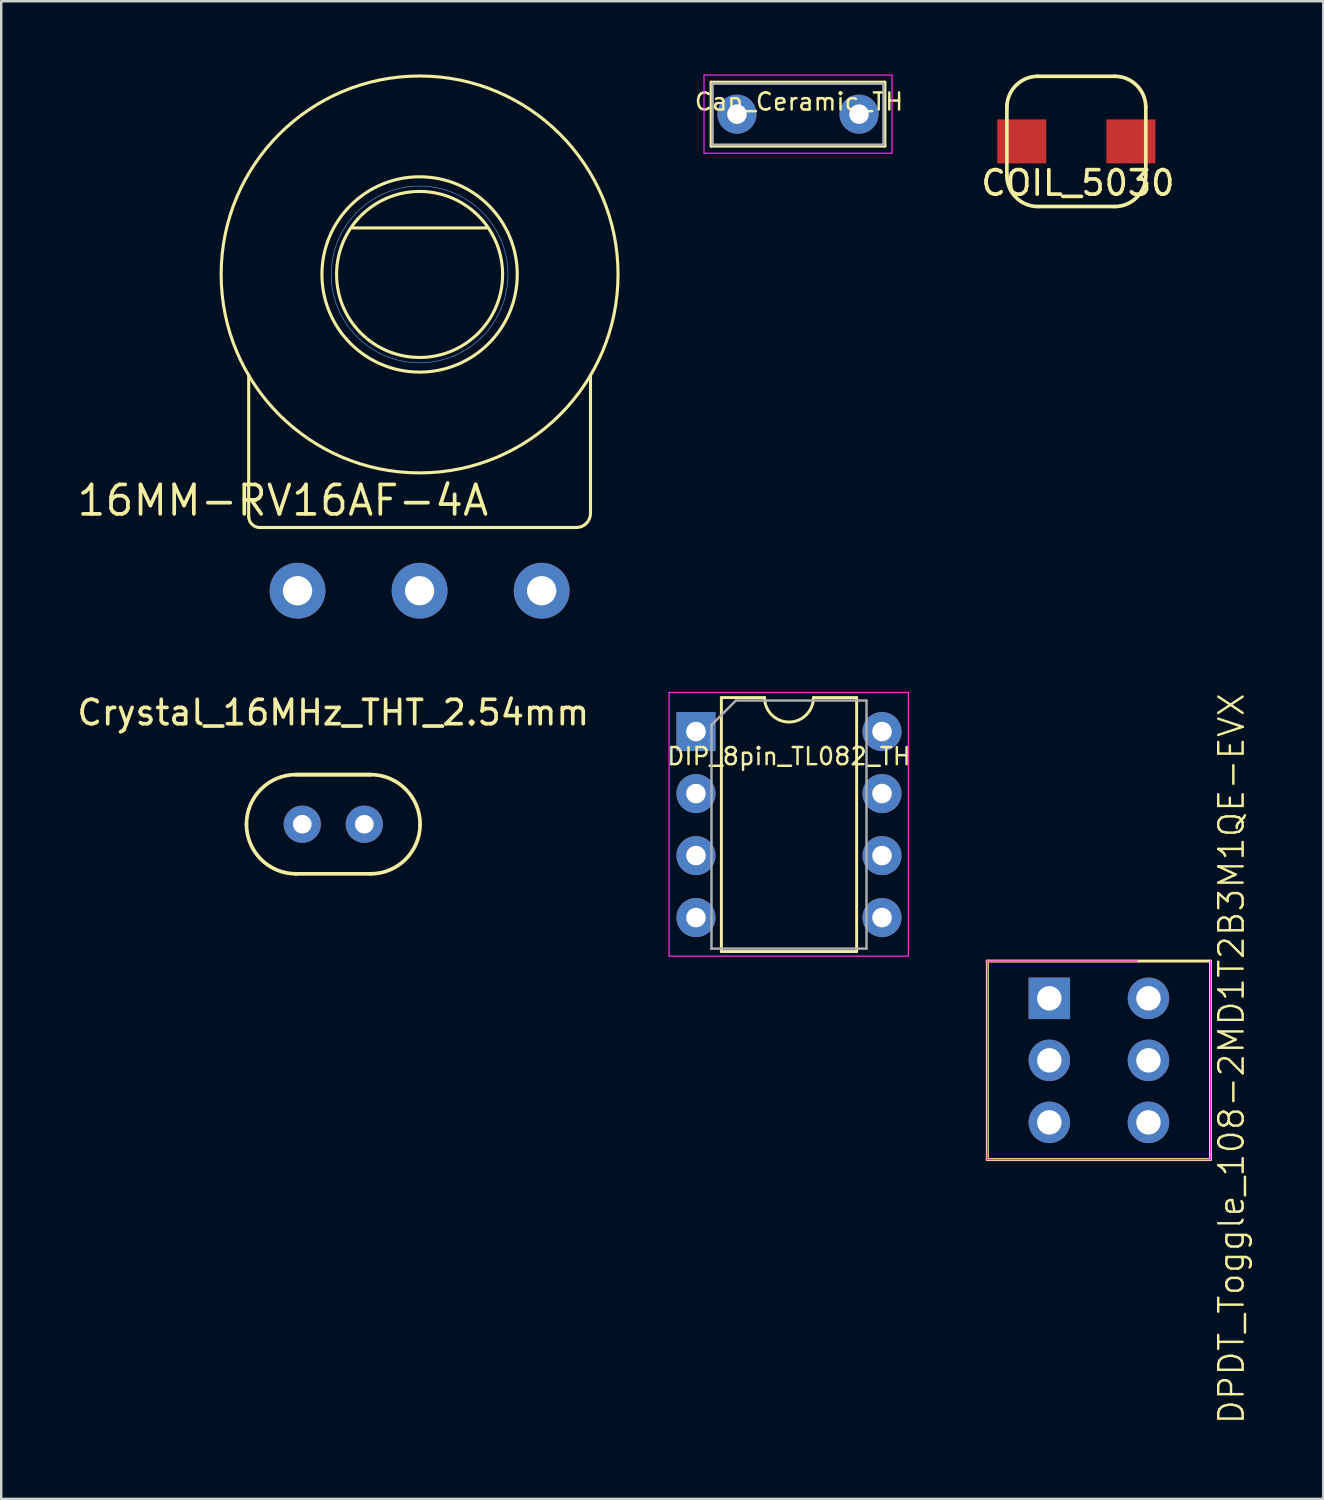
<source format=kicad_pcb>
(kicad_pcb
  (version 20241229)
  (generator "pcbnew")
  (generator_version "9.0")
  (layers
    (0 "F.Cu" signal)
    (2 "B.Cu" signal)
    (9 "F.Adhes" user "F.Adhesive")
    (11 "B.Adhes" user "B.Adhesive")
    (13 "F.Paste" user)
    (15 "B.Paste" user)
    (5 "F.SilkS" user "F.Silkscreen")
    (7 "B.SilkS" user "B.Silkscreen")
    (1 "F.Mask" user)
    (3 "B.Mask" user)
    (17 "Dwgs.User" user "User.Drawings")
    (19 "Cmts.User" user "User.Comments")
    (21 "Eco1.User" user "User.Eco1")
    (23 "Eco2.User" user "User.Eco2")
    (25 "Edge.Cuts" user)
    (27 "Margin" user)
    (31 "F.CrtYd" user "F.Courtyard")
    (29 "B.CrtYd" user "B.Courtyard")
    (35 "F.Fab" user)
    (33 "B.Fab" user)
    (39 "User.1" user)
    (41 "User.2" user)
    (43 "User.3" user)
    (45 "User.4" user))
  (footprint "DIP_8pin_TL082_TH"
    (layer "F.Cu")
    (at 25.456 26.913)
    (property "Reference" "DIP_8pin_TL082_TH" (at 3.81 1.016 0) (layer "F.SilkS") (effects (font (size 0.7 0.7) (thickness 0.1))))
    (attr through_hole)
    (fp_line (start 1.04 -1.39) (end 1.04 9.01) (stroke (width 0.12) (type solid)) (layer "F.SilkS"))
    (fp_line (start 1.04 9.01) (end 6.58 9.01) (stroke (width 0.12) (type solid)) (layer "F.SilkS"))
    (fp_line (start 2.81 -1.39) (end 1.04 -1.39) (stroke (width 0.12) (type solid)) (layer "F.SilkS"))
    (fp_line (start 6.58 -1.39) (end 4.81 -1.39) (stroke (width 0.12) (type solid)) (layer "F.SilkS"))
    (fp_line (start 6.58 9.01) (end 6.58 -1.39) (stroke (width 0.12) (type solid)) (layer "F.SilkS"))
    (fp_arc (start 4.81 -1.39) (mid 3.81 -0.39) (end 2.81 -1.39) (stroke (width 0.12) (type solid)) (layer "F.SilkS"))
    (fp_line (start -1.1 -1.6) (end -1.1 9.2) (stroke (width 0.05) (type solid)) (layer "F.CrtYd"))
    (fp_line (start -1.1 9.2) (end 8.7 9.2) (stroke (width 0.05) (type solid)) (layer "F.CrtYd"))
    (fp_line (start 8.7 -1.6) (end -1.1 -1.6) (stroke (width 0.05) (type solid)) (layer "F.CrtYd"))
    (fp_line (start 8.7 9.2) (end 8.7 -1.6) (stroke (width 0.05) (type solid)) (layer "F.CrtYd"))
    (fp_line (start 0.635 -0.27) (end 1.635 -1.27) (stroke (width 0.1) (type solid)) (layer "F.Fab"))
    (fp_line (start 0.635 8.89) (end 0.635 -0.27) (stroke (width 0.1) (type solid)) (layer "F.Fab"))
    (fp_line (start 1.635 -1.27) (end 6.985 -1.27) (stroke (width 0.1) (type solid)) (layer "F.Fab"))
    (fp_line (start 6.985 -1.27) (end 6.985 8.89) (stroke (width 0.1) (type solid)) (layer "F.Fab"))
    (fp_line (start 6.985 8.89) (end 0.635 8.89) (stroke (width 0.1) (type solid)) (layer "F.Fab"))
    (pad "1" thru_hole rect (at 0 0) (size 1.6 1.6) (drill 0.8) (layers "*.Cu" "*.Mask"))
    (pad "2" thru_hole oval (at 0 2.54) (size 1.6 1.6) (drill 0.8) (layers "*.Cu" "*.Mask"))
    (pad "3" thru_hole oval (at 0 5.08) (size 1.6 1.6) (drill 0.8) (layers "*.Cu" "*.Mask"))
    (pad "4" thru_hole oval (at 0 7.62) (size 1.6 1.6) (drill 0.8) (layers "*.Cu" "*.Mask"))
    (pad "5" thru_hole oval (at 7.62 7.62) (size 1.6 1.6) (drill 0.8) (layers "*.Cu" "*.Mask"))
    (pad "6" thru_hole oval (at 7.62 5.08) (size 1.6 1.6) (drill 0.8) (layers "*.Cu" "*.Mask"))
    (pad "7" thru_hole oval (at 7.62 2.54) (size 1.6 1.6) (drill 0.8) (layers "*.Cu" "*.Mask"))
    (pad "8" thru_hole oval (at 7.62 0) (size 1.6 1.6) (drill 0.8) (layers "*.Cu" "*.Mask")))
  (footprint "16MM-RV16AF-4A"
    (layer "F.Cu")
    (at 14.136 8.191)
    (property "Reference" "16MM-RV16AF-4A" (at 2.913 8.551 0) (layer "F.SilkS") (effects (font (size 1.206 1.206) (thickness 0.152)) (justify right top)))
    (attr through_hole)
    (fp_line (start -7 4.127) (end -7 9.912) (stroke (width 0.127) (type solid)) (layer "F.SilkS"))
    (fp_line (start -6.547 10.365) (end 6.42 10.365) (stroke (width 0.127) (type solid)) (layer "F.SilkS"))
    (fp_line (start -2.738 -1.905) (end 2.738 -1.905) (stroke (width 0.127) (type solid)) (layer "F.SilkS"))
    (fp_line (start 7 9.785) (end 7 4.127) (stroke (width 0.127) (type solid)) (layer "F.SilkS"))
    (fp_arc (start -6.546894 10.365) (mid -6.867288 10.232288) (end -7 9.911894) (stroke (width 0.127) (type solid)) (layer "F.SilkS"))
    (fp_arc (start 7 9.784894) (mid 6.830091 10.195091) (end 6.419894 10.365) (stroke (width 0.127) (type solid)) (layer "F.SilkS"))
    (fp_circle (center 0 0) (end 3.4 0) (stroke (width 0.127) (type solid)) (fill no) (layer "F.SilkS"))
    (fp_circle (center 0 0) (end 4 0) (stroke (width 0.127) (type solid)) (fill no) (layer "F.SilkS"))
    (fp_circle (center 0 0) (end 8.128 0) (stroke (width 0.127) (type solid)) (fill no) (layer "F.SilkS"))
    (fp_circle (center 0 0) (end 3.619 0) (stroke (width 0.025) (type solid)) (fill no) (layer "Cmts.User"))
    (pad "1" thru_hole circle (at -5 12.954 90) (size 2.286 2.286) (drill 1.2) (layers "*.Cu" "*.Mask"))
    (pad "2" thru_hole circle (at 0 12.954 90) (size 2.286 2.286) (drill 1.2) (layers "*.Cu" "*.Mask"))
    (pad "3" thru_hole circle (at 5 12.954 90) (size 2.286 2.286) (drill 1.2) (layers "*.Cu" "*.Mask")))
  (footprint "Cap_Ceramic_TH"
    (layer "F.Cu")
    (at 27.135 1.625)
    (property "Reference" "Cap_Ceramic_TH" (at 2.54 -0.508 0) (layer "F.SilkS") (effects (font (size 0.7 0.7) (thickness 0.1))))
    (attr through_hole)
    (fp_line (start -1.06 -1.31) (end -1.06 1.31) (stroke (width 0.12) (type solid)) (layer "F.SilkS"))
    (fp_line (start -1.06 -1.31) (end 6.06 -1.31) (stroke (width 0.12) (type solid)) (layer "F.SilkS"))
    (fp_line (start -1.06 1.31) (end 6.06 1.31) (stroke (width 0.12) (type solid)) (layer "F.SilkS"))
    (fp_line (start 6.06 -1.31) (end 6.06 1.31) (stroke (width 0.12) (type solid)) (layer "F.SilkS"))
    (fp_line (start -1.35 -1.6) (end -1.35 1.6) (stroke (width 0.05) (type solid)) (layer "F.CrtYd"))
    (fp_line (start -1.35 1.6) (end 6.35 1.6) (stroke (width 0.05) (type solid)) (layer "F.CrtYd"))
    (fp_line (start 6.35 -1.6) (end -1.35 -1.6) (stroke (width 0.05) (type solid)) (layer "F.CrtYd"))
    (fp_line (start 6.35 1.6) (end 6.35 -1.6) (stroke (width 0.05) (type solid)) (layer "F.CrtYd"))
    (fp_line (start -1 -1.25) (end -1 1.25) (stroke (width 0.1) (type solid)) (layer "F.Fab"))
    (fp_line (start -1 1.25) (end 6 1.25) (stroke (width 0.1) (type solid)) (layer "F.Fab"))
    (fp_line (start 6 -1.25) (end -1 -1.25) (stroke (width 0.1) (type solid)) (layer "F.Fab"))
    (fp_line (start 6 1.25) (end 6 -1.25) (stroke (width 0.1) (type solid)) (layer "F.Fab"))
    (pad "1" thru_hole circle (at 0 0) (size 1.6 1.6) (drill 0.8) (layers "*.Cu" "*.Mask"))
    (pad "2" thru_hole circle (at 5 0) (size 1.6 1.6) (drill 0.8) (layers "*.Cu" "*.Mask")))
  (footprint "COIL_5030"
    (layer "F.Cu")
    (at 41.035 2.742)
    (property "Reference" "COIL_5030" (at 0.064 1.702 0) (layer "F.SilkS") (effects (font (size 1 1) (thickness 0.15))))
    (attr through_hole)
    (fp_line (start -2.845 -1.422) (end -2.845 1.397) (stroke (width 0.15) (type solid)) (layer "F.SilkS"))
    (fp_line (start -1.575 -2.667) (end 1.575 -2.667) (stroke (width 0.15) (type solid)) (layer "F.SilkS"))
    (fp_line (start 1.575 2.667) (end -1.575 2.667) (stroke (width 0.15) (type solid)) (layer "F.SilkS"))
    (fp_line (start 2.845 1.397) (end 2.845 -1.397) (stroke (width 0.15) (type solid)) (layer "F.SilkS"))
    (fp_arc (start -2.8448 -1.397) (mid -2.472826 -2.295026) (end -1.5748 -2.667) (stroke (width 0.15) (type solid)) (layer "F.SilkS"))
    (fp_arc (start -1.5748 2.667) (mid -2.472826 2.295026) (end -2.8448 1.397) (stroke (width 0.15) (type solid)) (layer "F.SilkS"))
    (fp_arc (start 1.5748 -2.667) (mid 2.472826 -2.295026) (end 2.8448 -1.397) (stroke (width 0.15) (type solid)) (layer "F.SilkS"))
    (fp_arc (start 2.8448 1.397) (mid 2.472826 2.295026) (end 1.5748 2.667) (stroke (width 0.15) (type solid)) (layer "F.SilkS"))
    (pad "1" smd rect (at -2.235 0) (size 2.007 1.803) (layers "F.Cu" "F.Mask" "F.Paste"))
    (pad "2" smd rect (at 2.235 0) (size 2.007 1.803) (layers "F.Cu" "F.Mask" "F.Paste")))
  (footprint "Crystal_16MHz_THT_2.54mm"
    (layer "F.Cu")
    (at 10.601 30.709)
    (property "Reference" "Crystal_16MHz_THT_2.54mm" (at 0 -4.572 0) (layer "F.SilkS") (effects (font (size 1 1) (thickness 0.15))))
    (attr through_hole)
    (fp_line (start -1.524 -2.032) (end 1.524 -2.032) (stroke (width 0.15) (type solid)) (layer "F.SilkS"))
    (fp_line (start -1.524 2.032) (end 1.524 2.032) (stroke (width 0.15) (type solid)) (layer "F.SilkS"))
    (fp_line (start 1.524 -2.032) (end -1.524 -2.032) (stroke (width 0.15) (type solid)) (layer "F.SilkS"))
    (fp_arc (start -3.556 0) (mid -2.960841 -1.436841) (end -1.524 -2.032) (stroke (width 0.15) (type solid)) (layer "F.SilkS"))
    (fp_arc (start -1.524 2.032) (mid -2.960841 1.436841) (end -3.556 0) (stroke (width 0.15) (type solid)) (layer "F.SilkS"))
    (fp_arc (start 1.524 -2.032) (mid 2.960841 -1.436841) (end 3.556 0) (stroke (width 0.15) (type solid)) (layer "F.SilkS"))
    (fp_arc (start 3.556 0) (mid 2.960841 1.436841) (end 1.524 2.032) (stroke (width 0.15) (type solid)) (layer "F.SilkS"))
    (pad "1" thru_hole circle (at -1.27 0) (size 1.524 1.524) (drill 0.762) (layers "*.Cu" "*.Mask"))
    (pad "2" thru_hole circle (at 1.27 0) (size 1.524 1.524) (drill 0.762) (layers "*.Cu" "*.Mask")))
  (footprint "DPDT_Toggle_108-2MD1T2B3M1QE-EVX"
    (layer "F.Cu")
    (at 41.939 40.365)
    (property "Reference" "DPDT_Toggle_108-2MD1T2B3M1QE-EVX" (at 5.45 -0.05 90) (layer "F.SilkS") (effects (font (size 1 1) (thickness 0.1))))
    (attr through_hole)
    (fp_line (start -4.55 -4.05) (end -4.55 4.08) (stroke (width 0.12) (type solid)) (layer "F.SilkS"))
    (fp_line (start -4.55 4.08) (end 4.59 4.08) (stroke (width 0.12) (type solid)) (layer "F.SilkS"))
    (fp_line (start 4.59 -4.05) (end -4.55 -4.05) (stroke (width 0.12) (type solid)) (layer "F.SilkS"))
    (fp_line (start 4.59 4.08) (end 4.59 -4.05) (stroke (width 0.12) (type solid)) (layer "F.SilkS"))
    (fp_line (start -4.55 -4.05) (end -4.55 4.08) (stroke (width 0.05) (type solid)) (layer "F.CrtYd"))
    (fp_line (start -4.55 4.08) (end 4.59 4.08) (stroke (width 0.05) (type solid)) (layer "F.CrtYd"))
    (fp_line (start 1.6 -4.05) (end -4.55 -4.05) (stroke (width 0.05) (type solid)) (layer "F.CrtYd"))
    (fp_line (start 4.59 4.08) (end 4.59 -4.05) (stroke (width 0.05) (type solid)) (layer "F.CrtYd"))
    (pad "1" thru_hole rect (at -2.01 -2.525) (size 1.7 1.7) (drill 1) (layers "*.Cu" "*.Mask"))
    (pad "2" thru_hole oval (at 2.05 -2.525) (size 1.7 1.7) (drill 1) (layers "*.Cu" "*.Mask"))
    (pad "3" thru_hole oval (at -2.01 0.015) (size 1.7 1.7) (drill 1) (layers "*.Cu" "*.Mask"))
    (pad "4" thru_hole oval (at 2.05 0.015) (size 1.7 1.7) (drill 1) (layers "*.Cu" "*.Mask"))
    (pad "5" thru_hole oval (at -2.01 2.555) (size 1.7 1.7) (drill 1) (layers "*.Cu" "*.Mask"))
    (pad "6" thru_hole oval (at 2.05 2.555) (size 1.7 1.7) (drill 1) (layers "*.Cu" "*.Mask")))
  (gr_rect
    (start -3 -3)
    (end 51.15 58.341)
    (stroke (width 0.1) (type default))
    (fill no)
    (layer "Edge.Cuts")))
</source>
